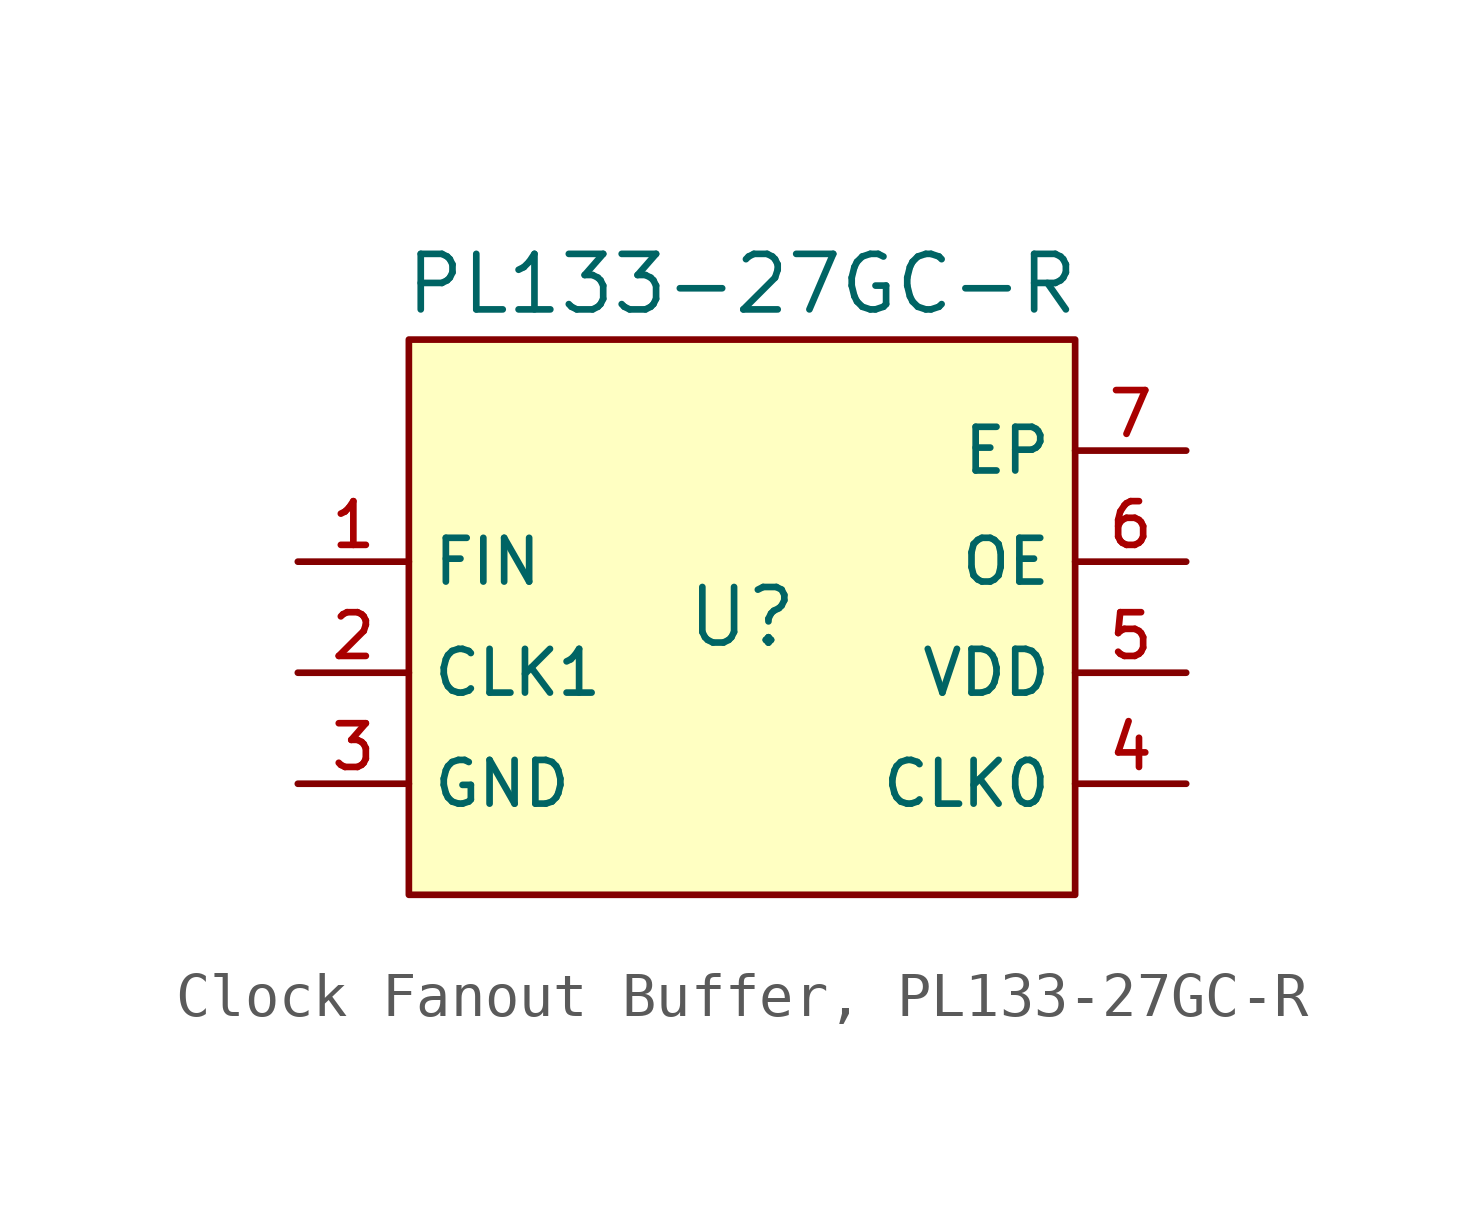
<source format=kicad_sym>
(kicad_symbol_lib
  (version 20231120)
  (generator "CDFER_Archive_Tool")
  (generator_version "0.0")
  (symbol "Clock Fanout Buffer, PL133-27GC-R"
    (property "Reference" "U"
      (at 0 1.27 0)
      (effects (font (size 1.27 1.27))))
    (property "Value" "PL133-27GC-R"
      (at 0 8.89 0)
      (effects (font (size 1.27 1.27))))
    (symbol "Clock Fanout Buffer, PL133-27GC-R_0_1"
      (rectangle (start -7.62 7.62) (end 7.62 -5.08) (stroke (width 0) (type default)) (fill (type background)))
      (pin unspecified line (at -10.16 2.54 0) (length 2.54) (name "FIN" (effects (font (size 1 1)))) (number "1" (effects (font (size 1 1)))))
      (pin unspecified line (at -10.16 0 0) (length 2.54) (name "CLK1" (effects (font (size 1 1)))) (number "2" (effects (font (size 1 1)))))
      (pin unspecified line (at -10.16 -2.54 0) (length 2.54) (name "GND" (effects (font (size 1 1)))) (number "3" (effects (font (size 1 1)))))
      (pin unspecified line (at 10.16 -2.54 180) (length 2.54) (name "CLK0" (effects (font (size 1 1)))) (number "4" (effects (font (size 1 1)))))
      (pin unspecified line (at 10.16 0 180) (length 2.54) (name "VDD" (effects (font (size 1 1)))) (number "5" (effects (font (size 1 1)))))
      (pin unspecified line (at 10.16 2.54 180) (length 2.54) (name "OE" (effects (font (size 1 1)))) (number "6" (effects (font (size 1 1)))))
      (pin unspecified line (at 10.16 5.08 180) (length 2.54) (name "EP" (effects (font (size 1 1)))) (number "7" (effects (font (size 1 1))))))))
</source>
